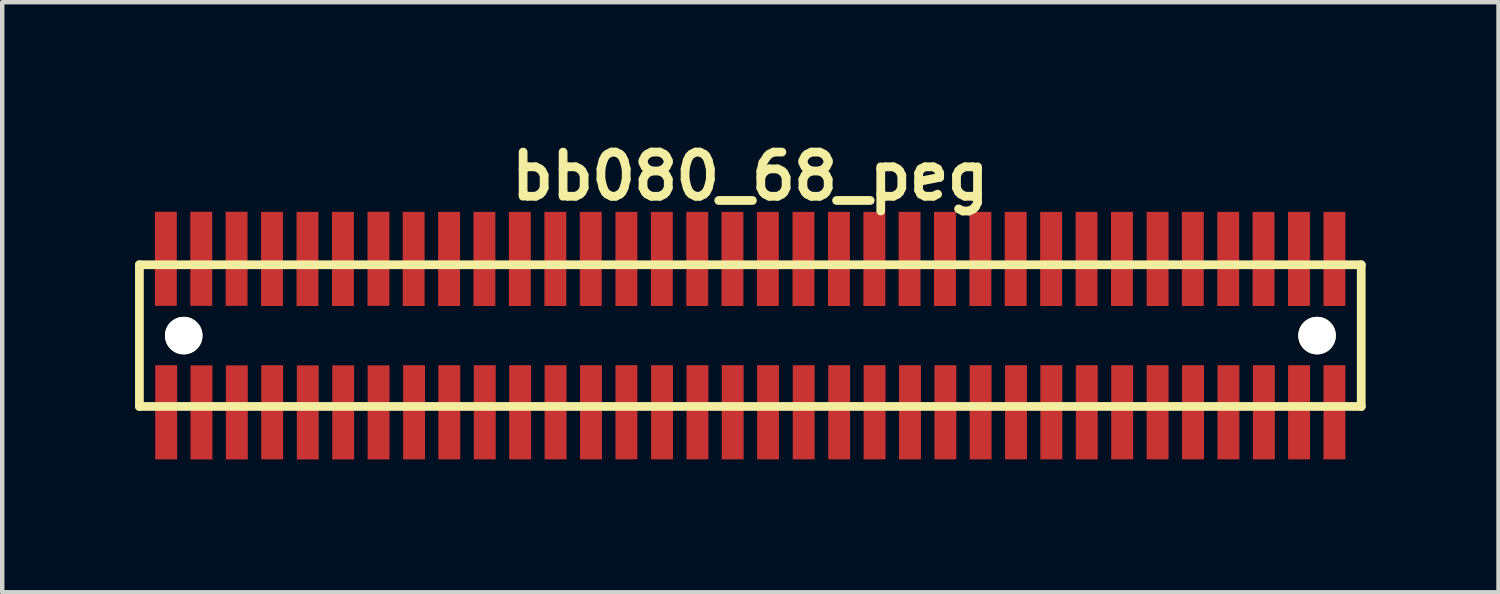
<source format=kicad_pcb>
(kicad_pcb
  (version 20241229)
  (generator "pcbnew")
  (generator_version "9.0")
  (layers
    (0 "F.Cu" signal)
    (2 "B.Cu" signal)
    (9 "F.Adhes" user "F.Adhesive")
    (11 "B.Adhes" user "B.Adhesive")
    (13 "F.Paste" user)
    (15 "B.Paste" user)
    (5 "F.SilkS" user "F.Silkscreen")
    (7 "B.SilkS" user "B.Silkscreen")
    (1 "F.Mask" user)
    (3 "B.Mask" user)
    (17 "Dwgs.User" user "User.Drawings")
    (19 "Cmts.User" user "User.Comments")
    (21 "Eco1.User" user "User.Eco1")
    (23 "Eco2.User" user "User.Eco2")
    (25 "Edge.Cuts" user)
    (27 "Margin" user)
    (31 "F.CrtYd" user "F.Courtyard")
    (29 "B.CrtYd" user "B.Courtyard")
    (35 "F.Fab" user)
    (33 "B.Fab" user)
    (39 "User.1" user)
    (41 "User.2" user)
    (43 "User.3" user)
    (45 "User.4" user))
  (footprint "bb080_68_peg"
    (layer "F.Cu")
    (at 13.899 4.531)
    (property "Reference" "bb080_68_peg" (at 0 -3.599 0) (layer "F.SilkS") (effects (font (size 0.998 0.998) (thickness 0.198))))
    (attr through_hole)
    (fp_line (start -13.8 -1.6) (end -13.8 1.6) (stroke (width 0.198) (type solid)) (layer "F.SilkS"))
    (fp_line (start -13.8 1.6) (end 13.802 1.6) (stroke (width 0.198) (type solid)) (layer "F.SilkS"))
    (fp_line (start 13.8 1.6) (end 13.8 -1.6) (stroke (width 0.198) (type solid)) (layer "F.SilkS"))
    (fp_line (start 13.802 -1.6) (end -13.8 -1.6) (stroke (width 0.198) (type solid)) (layer "F.SilkS"))
    (pad "" np_thru_hole circle (at -12.799 0) (size 0.848 0.848) (drill 0.848) (layers "*.Cu" "*.Mask" "F.SilkS"))
    (pad "" np_thru_hole circle (at 12.802 0) (size 0.848 0.848) (drill 0.848) (layers "*.Cu" "*.Mask" "F.SilkS"))
    (pad "1" smd rect (at -13.195 1.732) (size 0.495 2.126) (layers "F.Cu" "F.Mask" "F.Paste"))
    (pad "2" smd rect (at -13.203 -1.735) (size 0.495 2.126) (layers "F.Cu" "F.Mask" "F.Paste"))
    (pad "3" smd rect (at -12.398 1.735) (size 0.495 2.126) (layers "F.Cu" "F.Mask" "F.Paste"))
    (pad "4" smd rect (at -12.403 -1.735) (size 0.495 2.126) (layers "F.Cu" "F.Mask" "F.Paste"))
    (pad "5" smd rect (at -11.6 1.735) (size 0.495 2.126) (layers "F.Cu" "F.Mask" "F.Paste"))
    (pad "6" smd rect (at -11.605 -1.735) (size 0.495 2.126) (layers "F.Cu" "F.Mask" "F.Paste"))
    (pad "7" smd rect (at -10.8 1.732) (size 0.495 2.126) (layers "F.Cu" "F.Mask" "F.Paste"))
    (pad "8" smd rect (at -10.805 -1.732) (size 0.495 2.126) (layers "F.Cu" "F.Mask" "F.Paste"))
    (pad "9" smd rect (at -9.997 1.735) (size 0.495 2.126) (layers "F.Cu" "F.Mask" "F.Paste"))
    (pad "10" smd rect (at -10.003 -1.732) (size 0.495 2.126) (layers "F.Cu" "F.Mask" "F.Paste"))
    (pad "11" smd rect (at -9.197 1.735) (size 0.495 2.126) (layers "F.Cu" "F.Mask" "F.Paste"))
    (pad "12" smd rect (at -9.202 -1.732) (size 0.495 2.126) (layers "F.Cu" "F.Mask" "F.Paste"))
    (pad "13" smd rect (at -8.397 1.735) (size 0.495 2.126) (layers "F.Cu" "F.Mask" "F.Paste"))
    (pad "14" smd rect (at -8.4 -1.735) (size 0.495 2.126) (layers "F.Cu" "F.Mask" "F.Paste"))
    (pad "15" smd rect (at -7.595 1.732) (size 0.495 2.126) (layers "F.Cu" "F.Mask" "F.Paste"))
    (pad "16" smd rect (at -7.605 -1.732) (size 0.495 2.126) (layers "F.Cu" "F.Mask" "F.Paste"))
    (pad "17" smd rect (at -6.8 1.732) (size 0.495 2.126) (layers "F.Cu" "F.Mask" "F.Paste"))
    (pad "18" smd rect (at -6.805 -1.732) (size 0.495 2.126) (layers "F.Cu" "F.Mask" "F.Paste"))
    (pad "19" smd rect (at -5.999 1.732) (size 0.495 2.126) (layers "F.Cu" "F.Mask" "F.Paste"))
    (pad "20" smd rect (at -6.007 -1.732) (size 0.495 2.126) (layers "F.Cu" "F.Mask" "F.Paste"))
    (pad "21" smd rect (at -5.199 1.732) (size 0.495 2.126) (layers "F.Cu" "F.Mask" "F.Paste"))
    (pad "22" smd rect (at -5.207 -1.732) (size 0.495 2.126) (layers "F.Cu" "F.Mask" "F.Paste"))
    (pad "23" smd rect (at -4.399 1.732) (size 0.495 2.126) (layers "F.Cu" "F.Mask" "F.Paste"))
    (pad "24" smd rect (at -4.404 -1.732) (size 0.495 2.126) (layers "F.Cu" "F.Mask" "F.Paste"))
    (pad "25" smd rect (at -3.599 1.732) (size 0.495 2.126) (layers "F.Cu" "F.Mask" "F.Paste"))
    (pad "26" smd rect (at -3.604 -1.732) (size 0.495 2.126) (layers "F.Cu" "F.Mask" "F.Paste"))
    (pad "27" smd rect (at -2.799 1.732) (size 0.495 2.126) (layers "F.Cu" "F.Mask" "F.Paste"))
    (pad "28" smd rect (at -2.799 -1.732) (size 0.495 2.126) (layers "F.Cu" "F.Mask" "F.Paste"))
    (pad "29" smd rect (at -1.994 1.732) (size 0.495 2.126) (layers "F.Cu" "F.Mask" "F.Paste"))
    (pad "30" smd rect (at -1.999 -1.732) (size 0.495 2.126) (layers "F.Cu" "F.Mask" "F.Paste"))
    (pad "31" smd rect (at -1.194 1.732) (size 0.495 2.126) (layers "F.Cu" "F.Mask" "F.Paste"))
    (pad "32" smd rect (at -1.199 -1.732) (size 0.495 2.126) (layers "F.Cu" "F.Mask" "F.Paste"))
    (pad "33" smd rect (at -0.399 1.732) (size 0.495 2.126) (layers "F.Cu" "F.Mask" "F.Paste"))
    (pad "34" smd rect (at -0.404 -1.732) (size 0.495 2.126) (layers "F.Cu" "F.Mask" "F.Paste"))
    (pad "35" smd rect (at 0.401 1.732) (size 0.495 2.126) (layers "F.Cu" "F.Mask" "F.Paste"))
    (pad "36" smd rect (at 0.396 -1.732) (size 0.495 2.126) (layers "F.Cu" "F.Mask" "F.Paste"))
    (pad "37" smd rect (at 1.206 1.732) (size 0.495 2.126) (layers "F.Cu" "F.Mask" "F.Paste"))
    (pad "38" smd rect (at 1.201 -1.732) (size 0.495 2.126) (layers "F.Cu" "F.Mask" "F.Paste"))
    (pad "39" smd rect (at 2.007 1.732) (size 0.495 2.126) (layers "F.Cu" "F.Mask" "F.Paste"))
    (pad "40" smd rect (at 2.002 -1.732) (size 0.495 2.126) (layers "F.Cu" "F.Mask" "F.Paste"))
    (pad "41" smd rect (at 2.807 1.732) (size 0.495 2.126) (layers "F.Cu" "F.Mask" "F.Paste"))
    (pad "42" smd rect (at 2.802 -1.732) (size 0.495 2.126) (layers "F.Cu" "F.Mask" "F.Paste"))
    (pad "43" smd rect (at 3.607 1.732) (size 0.495 2.126) (layers "F.Cu" "F.Mask" "F.Paste"))
    (pad "44" smd rect (at 3.597 -1.732) (size 0.495 2.126) (layers "F.Cu" "F.Mask" "F.Paste"))
    (pad "45" smd rect (at 4.407 1.732) (size 0.495 2.126) (layers "F.Cu" "F.Mask" "F.Paste"))
    (pad "46" smd rect (at 4.397 -1.732) (size 0.495 2.126) (layers "F.Cu" "F.Mask" "F.Paste"))
    (pad "47" smd rect (at 5.202 1.732) (size 0.495 2.126) (layers "F.Cu" "F.Mask" "F.Paste"))
    (pad "48" smd rect (at 5.197 -1.732) (size 0.495 2.126) (layers "F.Cu" "F.Mask" "F.Paste"))
    (pad "49" smd rect (at 6.002 1.732) (size 0.495 2.126) (layers "F.Cu" "F.Mask" "F.Paste"))
    (pad "50" smd rect (at 5.994 -1.732) (size 0.495 2.126) (layers "F.Cu" "F.Mask" "F.Paste"))
    (pad "51" smd rect (at 6.8 1.732) (size 0.495 2.126) (layers "F.Cu" "F.Mask" "F.Paste"))
    (pad "52" smd rect (at 6.795 -1.732) (size 0.495 2.126) (layers "F.Cu" "F.Mask" "F.Paste"))
    (pad "53" smd rect (at 7.6 1.732) (size 0.495 2.126) (layers "F.Cu" "F.Mask" "F.Paste"))
    (pad "54" smd rect (at 7.595 -1.732) (size 0.495 2.126) (layers "F.Cu" "F.Mask" "F.Paste"))
    (pad "55" smd rect (at 8.4 1.732) (size 0.495 2.126) (layers "F.Cu" "F.Mask" "F.Paste"))
    (pad "56" smd rect (at 8.395 -1.732) (size 0.495 2.126) (layers "F.Cu" "F.Mask" "F.Paste"))
    (pad "57" smd rect (at 9.2 1.732) (size 0.495 2.126) (layers "F.Cu" "F.Mask" "F.Paste"))
    (pad "58" smd rect (at 9.2 -1.732) (size 0.495 2.126) (layers "F.Cu" "F.Mask" "F.Paste"))
    (pad "59" smd rect (at 10 1.732) (size 0.495 2.126) (layers "F.Cu" "F.Mask" "F.Paste"))
    (pad "60" smd rect (at 9.995 -1.732) (size 0.495 2.126) (layers "F.Cu" "F.Mask" "F.Paste"))
    (pad "61" smd rect (at 10.8 1.732) (size 0.495 2.126) (layers "F.Cu" "F.Mask" "F.Paste"))
    (pad "62" smd rect (at 10.795 -1.732) (size 0.495 2.126) (layers "F.Cu" "F.Mask" "F.Paste"))
    (pad "63" smd rect (at 11.6 1.732) (size 0.495 2.126) (layers "F.Cu" "F.Mask" "F.Paste"))
    (pad "64" smd rect (at 11.593 -1.732) (size 0.495 2.126) (layers "F.Cu" "F.Mask" "F.Paste"))
    (pad "65" smd rect (at 12.395 1.732) (size 0.495 2.126) (layers "F.Cu" "F.Mask" "F.Paste"))
    (pad "66" smd rect (at 12.393 -1.732) (size 0.495 2.126) (layers "F.Cu" "F.Mask" "F.Paste"))
    (pad "67" smd rect (at 13.195 1.732) (size 0.495 2.126) (layers "F.Cu" "F.Mask" "F.Paste"))
    (pad "68" smd rect (at 13.195 -1.732) (size 0.495 2.126) (layers "F.Cu" "F.Mask" "F.Paste")))
  (gr_rect
    (start -3 -3)
    (end 30.8 10.329)
    (stroke (width 0.1) (type default))
    (fill no)
    (layer "Edge.Cuts")))
</source>
